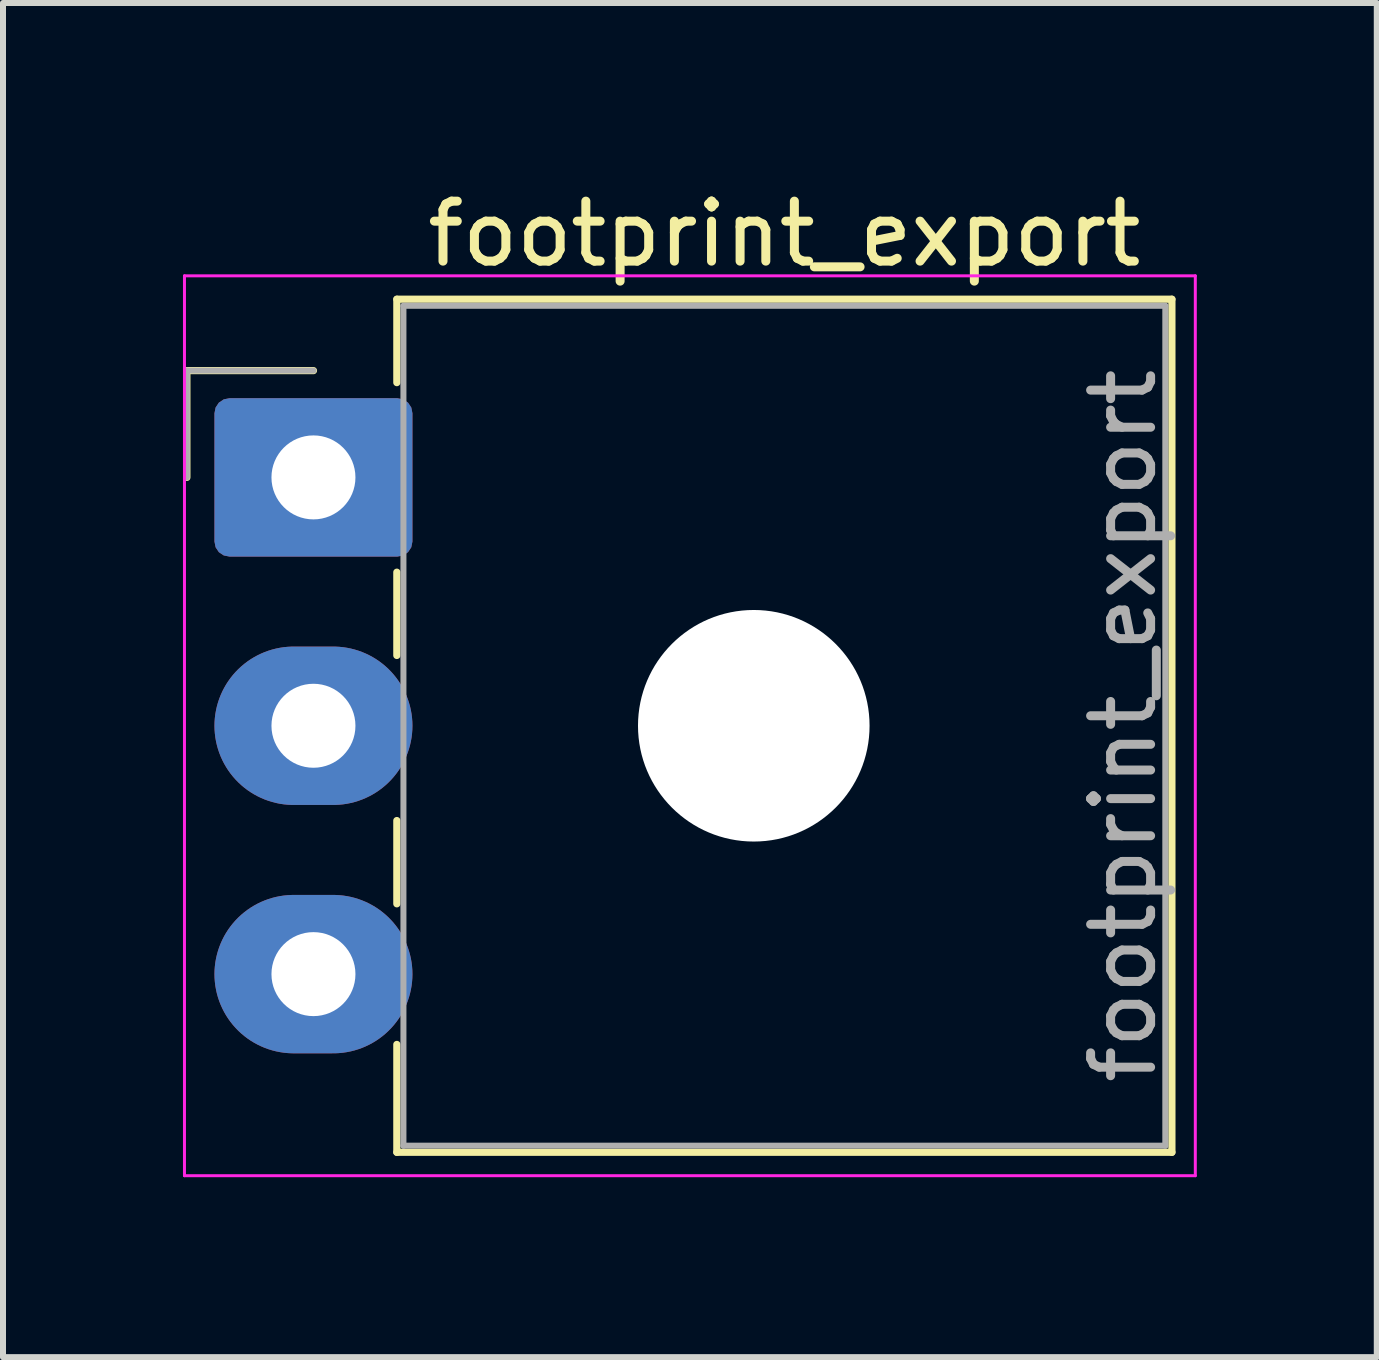
<source format=kicad_pcb>
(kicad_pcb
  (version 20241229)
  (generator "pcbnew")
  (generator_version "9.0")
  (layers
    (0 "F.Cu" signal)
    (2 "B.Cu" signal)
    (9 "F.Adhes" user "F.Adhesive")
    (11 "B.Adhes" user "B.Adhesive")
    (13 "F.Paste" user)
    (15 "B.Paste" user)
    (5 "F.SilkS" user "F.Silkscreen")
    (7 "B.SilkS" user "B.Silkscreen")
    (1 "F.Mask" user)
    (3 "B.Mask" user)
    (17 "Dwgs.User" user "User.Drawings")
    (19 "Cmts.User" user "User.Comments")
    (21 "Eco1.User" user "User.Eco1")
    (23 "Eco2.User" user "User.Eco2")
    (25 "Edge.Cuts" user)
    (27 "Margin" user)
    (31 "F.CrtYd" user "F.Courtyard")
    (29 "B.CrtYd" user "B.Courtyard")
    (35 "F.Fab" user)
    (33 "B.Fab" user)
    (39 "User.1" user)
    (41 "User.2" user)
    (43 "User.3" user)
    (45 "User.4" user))
  (footprint "footprint_export"
    (layer "F.Cu")
    (at 2.175 4.908)
    (property "Reference" "footprint_export" (at 7.85 -4.06 0) (layer "F.SilkS") (effects (font (size 1 1) (thickness 0.15))))
    (attr through_hole)
    (fp_line (start -2.11 -1.78) (end -2.11 0) (stroke (width 0.12) (type solid)) (layer "F.SilkS"))
    (fp_line (start 0 -1.78) (end -2.11 -1.78) (stroke (width 0.12) (type solid)) (layer "F.SilkS"))
    (fp_line (start 1.39 -2.97) (end 14.31 -2.97) (stroke (width 0.12) (type solid)) (layer "F.SilkS"))
    (fp_line (start 1.39 -1.58) (end 1.39 -2.97) (stroke (width 0.12) (type solid)) (layer "F.SilkS"))
    (fp_line (start 1.39 1.58) (end 1.39 2.968) (stroke (width 0.12) (type solid)) (layer "F.SilkS"))
    (fp_line (start 1.39 5.72) (end 1.39 7.108) (stroke (width 0.12) (type solid)) (layer "F.SilkS"))
    (fp_line (start 1.39 11.25) (end 1.39 9.452) (stroke (width 0.12) (type solid)) (layer "F.SilkS"))
    (fp_line (start 14.31 -2.97) (end 14.31 11.25) (stroke (width 0.12) (type solid)) (layer "F.SilkS"))
    (fp_line (start 14.31 11.25) (end 1.39 11.25) (stroke (width 0.12) (type solid)) (layer "F.SilkS"))
    (fp_line (start -2.15 -3.36) (end -2.15 11.64) (stroke (width 0.05) (type solid)) (layer "F.CrtYd"))
    (fp_line (start -2.15 11.64) (end 14.7 11.64) (stroke (width 0.05) (type solid)) (layer "F.CrtYd"))
    (fp_line (start 14.7 -3.36) (end -2.15 -3.36) (stroke (width 0.05) (type solid)) (layer "F.CrtYd"))
    (fp_line (start 14.7 11.64) (end 14.7 -3.36) (stroke (width 0.05) (type solid)) (layer "F.CrtYd"))
    (fp_line (start -2.11 -1.78) (end -2.11 0) (stroke (width 0.1) (type solid)) (layer "F.Fab"))
    (fp_line (start 0 -1.78) (end -2.11 -1.78) (stroke (width 0.1) (type solid)) (layer "F.Fab"))
    (fp_line (start 1.5 -2.86) (end 1.5 11.14) (stroke (width 0.1) (type solid)) (layer "F.Fab"))
    (fp_line (start 1.5 11.14) (end 14.2 11.14) (stroke (width 0.1) (type solid)) (layer "F.Fab"))
    (fp_line (start 14.2 -2.86) (end 1.5 -2.86) (stroke (width 0.1) (type solid)) (layer "F.Fab"))
    (fp_line (start 14.2 11.14) (end 14.2 -2.86) (stroke (width 0.1) (type solid)) (layer "F.Fab"))
    (fp_text user "${REFERENCE}" (at 13.5 4.14 90) (layer "F.Fab") (effects (font (size 1 1) (thickness 0.15))))
    (pad "" np_thru_hole circle (at 7.34 4.14) (size 3.86 3.86) (drill 3.86) (layers "*.Cu" "*.Mask"))
    (pad "1" thru_hole roundrect (at 0 0) (size 3.3 2.64) (drill 1.4) (layers "*.Cu" "*.Mask") (roundrect_rratio 0.095))
    (pad "2" thru_hole oval (at 0 4.14) (size 3.3 2.64) (drill 1.4) (layers "*.Cu" "*.Mask"))
    (pad "3" thru_hole oval (at 0 8.28) (size 3.3 2.64) (drill 1.4) (layers "*.Cu" "*.Mask")))
  (gr_rect
    (start -3 -3)
    (end 19.9 19.573)
    (stroke (width 0.1) (type default))
    (fill no)
    (layer "Edge.Cuts")))
</source>
